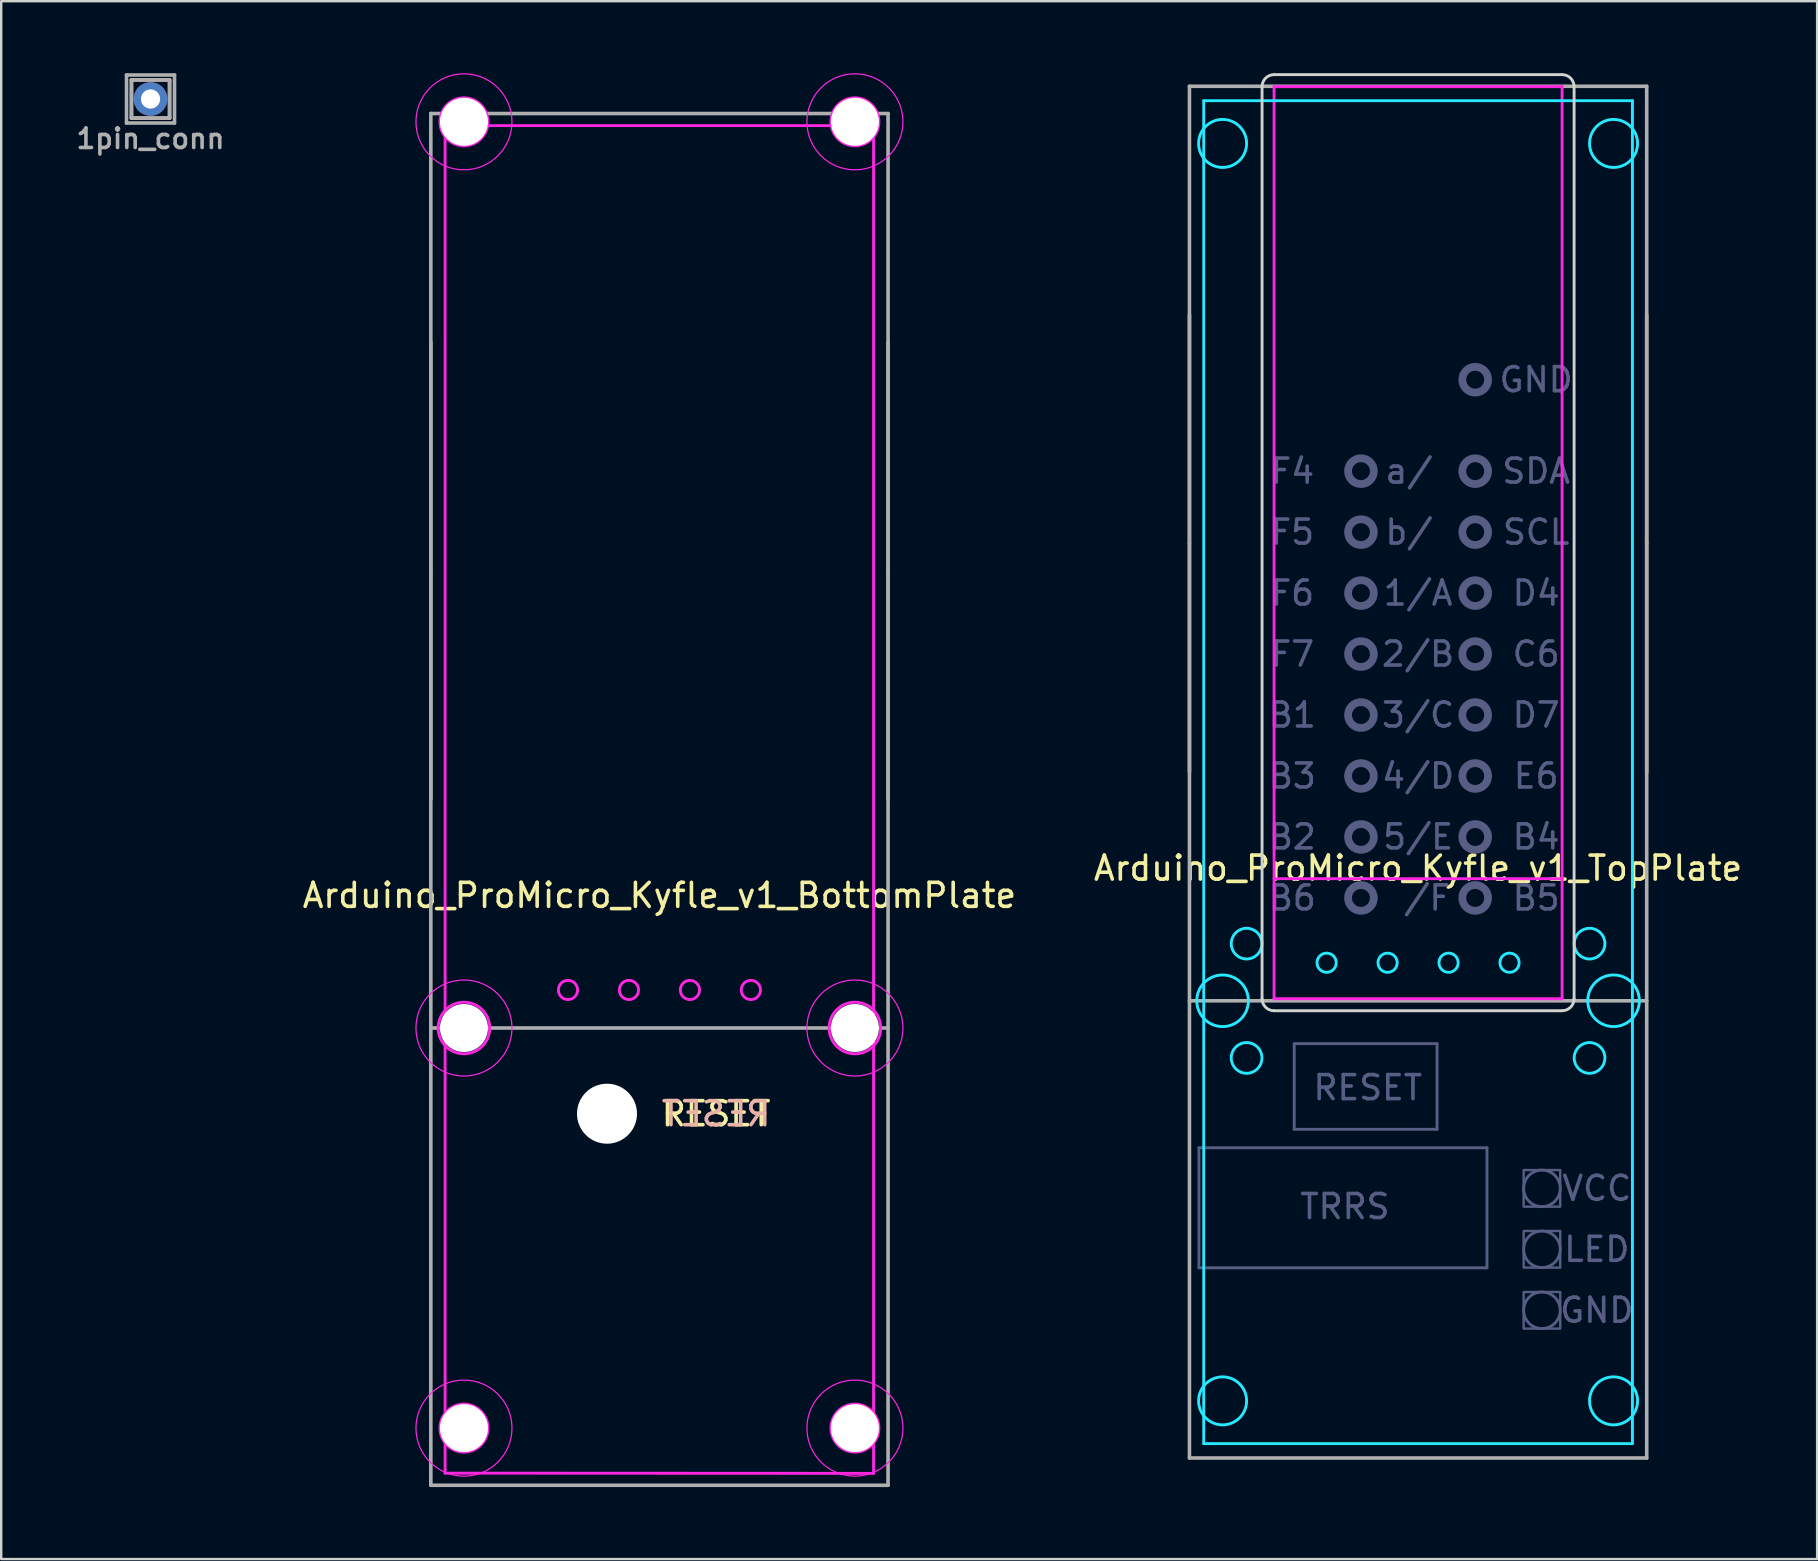
<source format=kicad_pcb>
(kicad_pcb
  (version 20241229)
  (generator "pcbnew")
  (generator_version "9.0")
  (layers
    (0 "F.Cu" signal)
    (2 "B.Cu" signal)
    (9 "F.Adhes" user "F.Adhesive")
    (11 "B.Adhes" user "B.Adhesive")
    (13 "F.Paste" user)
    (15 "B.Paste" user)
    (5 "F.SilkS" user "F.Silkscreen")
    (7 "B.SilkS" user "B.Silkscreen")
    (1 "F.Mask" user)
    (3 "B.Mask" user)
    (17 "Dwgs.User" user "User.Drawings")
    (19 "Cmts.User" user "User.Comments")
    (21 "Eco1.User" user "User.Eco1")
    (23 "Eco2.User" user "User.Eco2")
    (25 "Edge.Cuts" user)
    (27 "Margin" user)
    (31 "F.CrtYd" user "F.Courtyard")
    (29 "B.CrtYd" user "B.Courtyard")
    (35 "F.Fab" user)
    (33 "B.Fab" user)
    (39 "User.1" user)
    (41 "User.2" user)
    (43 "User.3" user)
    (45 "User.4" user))
  (footprint "Arduino_ProMicro_Kyfle_v1_BottomPlate"
    (layer "F.Cu")
    (at 24.424 30.255)
    (property "Reference" "Arduino_ProMicro_Kyfle_v1_BottomPlate" (at 0 4 0) (layer "F.SilkS") (effects (font (size 1 1) (thickness 0.15))))
    (attr through_hole)
    (fp_line (start -8.93 -28.07) (end 8.92 -28.07) (stroke (width 0.12) (type solid)) (layer "F.CrtYd"))
    (fp_line (start -8.93 28.07) (end -8.93 -28.07) (stroke (width 0.12) (type solid)) (layer "F.CrtYd"))
    (fp_line (start 8.92 -28.07) (end 8.92 28.08) (stroke (width 0.12) (type solid)) (layer "F.CrtYd"))
    (fp_line (start 8.92 28.08) (end -8.93 28.07) (stroke (width 0.12) (type solid)) (layer "F.CrtYd"))
    (fp_circle (center -8.144 -28.23) (end -7.144 -28.23) (stroke (width 0.12) (type solid)) (fill no) (layer "F.CrtYd"))
    (fp_circle (center -8.144 -28.23) (end -6.144 -28.23) (stroke (width 0.05) (type solid)) (fill no) (layer "F.CrtYd"))
    (fp_circle (center -8.144 9.525) (end -7.069 9.525) (stroke (width 0.12) (type solid)) (fill no) (layer "F.CrtYd"))
    (fp_circle (center -8.144 9.525) (end -6.144 9.525) (stroke (width 0.05) (type solid)) (fill no) (layer "F.CrtYd"))
    (fp_circle (center -8.144 26.194) (end -7.144 26.194) (stroke (width 0.12) (type solid)) (fill no) (layer "F.CrtYd"))
    (fp_circle (center -8.144 26.194) (end -6.144 26.194) (stroke (width 0.05) (type solid)) (fill no) (layer "F.CrtYd"))
    (fp_circle (center -3.81 7.94) (end -3.41 7.94) (stroke (width 0.12) (type solid)) (fill no) (layer "F.CrtYd"))
    (fp_circle (center -1.27 7.94) (end -0.87 7.94) (stroke (width 0.12) (type solid)) (fill no) (layer "F.CrtYd"))
    (fp_circle (center 1.27 7.94) (end 1.67 7.94) (stroke (width 0.12) (type solid)) (fill no) (layer "F.CrtYd"))
    (fp_circle (center 3.81 7.94) (end 4.21 7.94) (stroke (width 0.12) (type solid)) (fill no) (layer "F.CrtYd"))
    (fp_circle (center 8.144 -28.23) (end 9.144 -28.23) (stroke (width 0.12) (type solid)) (fill no) (layer "F.CrtYd"))
    (fp_circle (center 8.144 -28.23) (end 10.144 -28.23) (stroke (width 0.05) (type solid)) (fill no) (layer "F.CrtYd"))
    (fp_circle (center 8.144 9.525) (end 9.219 9.525) (stroke (width 0.12) (type solid)) (fill no) (layer "F.CrtYd"))
    (fp_circle (center 8.144 9.525) (end 10.144 9.525) (stroke (width 0.05) (type solid)) (fill no) (layer "F.CrtYd"))
    (fp_circle (center 8.144 26.194) (end 9.144 26.194) (stroke (width 0.12) (type solid)) (fill no) (layer "F.CrtYd"))
    (fp_circle (center 8.144 26.194) (end 10.144 26.194) (stroke (width 0.05) (type solid)) (fill no) (layer "F.CrtYd"))
    (fp_line (start -9.525 -28.575) (end -9.525 -9.525) (stroke (width 0.15) (type solid)) (layer "F.Fab"))
    (fp_line (start -9.525 -19.05) (end -9.525 0) (stroke (width 0.15) (type solid)) (layer "F.Fab"))
    (fp_line (start -9.525 -9.525) (end -9.525 28.575) (stroke (width 0.15) (type solid)) (layer "F.Fab"))
    (fp_line (start -9.525 9.525) (end 9.525 9.525) (stroke (width 0.15) (type solid)) (layer "F.Fab"))
    (fp_line (start -9.525 28.575) (end 9.525 28.575) (stroke (width 0.15) (type solid)) (layer "F.Fab"))
    (fp_line (start 9.525 -28.575) (end -9.525 -28.575) (stroke (width 0.15) (type solid)) (layer "F.Fab"))
    (fp_line (start 9.525 -9.525) (end 9.525 -28.575) (stroke (width 0.15) (type solid)) (layer "F.Fab"))
    (fp_line (start 9.525 0) (end 9.525 -19.05) (stroke (width 0.15) (type solid)) (layer "F.Fab"))
    (fp_line (start 9.525 28.575) (end 9.525 -9.525) (stroke (width 0.15) (type solid)) (layer "F.Fab"))
    (fp_text user "RESET" (at 0 13.097 0) (layer "F.SilkS") (effects (font (size 1 1) (thickness 0.15)) (justify left)))
    (fp_text user "RESET" (at 0 13.097 0) (layer "B.SilkS") (effects (font (size 1 1) (thickness 0.15)) (justify right mirror)))
    (pad "" np_thru_hole circle (at -8.144 -28.23) (size 2 2) (drill 2) (layers "*.Cu" "*.Mask"))
    (pad "" np_thru_hole circle (at -8.144 9.525) (size 2 2) (drill 2) (layers "*.Cu" "*.Mask"))
    (pad "" np_thru_hole circle (at -8.144 26.194) (size 2 2) (drill 2) (layers "*.Cu" "*.Mask"))
    (pad "" np_thru_hole circle (at -2.185 13.095) (size 2.5 2.5) (drill 2.5) (layers "*.Cu" "*.Mask"))
    (pad "" np_thru_hole circle (at 8.144 -28.23) (size 2 2) (drill 2) (layers "*.Cu" "*.Mask"))
    (pad "" np_thru_hole circle (at 8.144 9.525) (size 2 2) (drill 2) (layers "*.Cu" "*.Mask"))
    (pad "" np_thru_hole circle (at 8.144 26.194) (size 2 2) (drill 2) (layers "*.Cu" "*.Mask")))
  (footprint "1pin_conn"
    (layer "F.Cu")
    (at 3.221 1.075)
    (property "Reference" "1pin_conn" (at 0 1.651 0) (layer "F.Fab") (effects (font (size 0.813 0.813) (thickness 0.15))))
    (attr through_hole)
    (fp_line (start -0.794 -0.794) (end -0.794 0.794) (stroke (width 0.15) (type solid)) (layer "B.SilkS"))
    (fp_line (start -0.794 0.794) (end 0.794 0.794) (stroke (width 0.15) (type solid)) (layer "B.SilkS"))
    (fp_line (start 0.794 -0.794) (end -0.794 -0.794) (stroke (width 0.15) (type solid)) (layer "B.SilkS"))
    (fp_line (start 0.794 0.794) (end 0.794 -0.794) (stroke (width 0.15) (type solid)) (layer "B.SilkS"))
    (fp_line (start -1 -1) (end -1 1) (stroke (width 0.15) (type solid)) (layer "F.Fab"))
    (fp_line (start -1 1) (end 1 1) (stroke (width 0.15) (type solid)) (layer "F.Fab"))
    (fp_line (start -0.794 -0.794) (end 0.794 -0.794) (stroke (width 0.15) (type solid)) (layer "F.Fab"))
    (fp_line (start -0.794 0.794) (end -0.794 -0.794) (stroke (width 0.15) (type solid)) (layer "F.Fab"))
    (fp_line (start 0.794 -0.794) (end 0.794 0.794) (stroke (width 0.15) (type solid)) (layer "F.Fab"))
    (fp_line (start 0.794 0.794) (end -0.794 0.794) (stroke (width 0.15) (type solid)) (layer "F.Fab"))
    (fp_line (start 1 -1) (end -1 -1) (stroke (width 0.15) (type solid)) (layer "F.Fab"))
    (fp_line (start 1 1) (end 1 -1) (stroke (width 0.15) (type solid)) (layer "F.Fab"))
    (pad "1" thru_hole circle (at 0 0) (size 1.4 1.4) (drill 0.8) (layers "*.Cu" "*.Mask")))
  (footprint "Arduino_ProMicro_Kyfle_v1_TopPlate"
    (layer "F.Cu")
    (at 56.031 29.12)
    (property "Reference" "Arduino_ProMicro_Kyfle_v1_TopPlate" (at 0 4 0) (layer "F.SilkS") (effects (font (size 1 1) (thickness 0.15))))
    (attr through_hole)
    (fp_line (start -6.5 9.44) (end -6.5 -28.56) (stroke (width 0.12) (type solid)) (layer "Edge.Cuts"))
    (fp_line (start -6 -29.06) (end 6 -29.06) (stroke (width 0.12) (type solid)) (layer "Edge.Cuts"))
    (fp_line (start 6 9.94) (end -6 9.94) (stroke (width 0.12) (type solid)) (layer "Edge.Cuts"))
    (fp_line (start 6.5 -28.56) (end 6.5 9.44) (stroke (width 0.12) (type solid)) (layer "Edge.Cuts"))
    (fp_arc (start -6.5 -28.56) (mid -6.353553 -28.913553) (end -6 -29.06) (stroke (width 0.12) (type solid)) (layer "Edge.Cuts"))
    (fp_arc (start -6 9.94) (mid -6.353553 9.793553) (end -6.5 9.44) (stroke (width 0.12) (type solid)) (layer "Edge.Cuts"))
    (fp_arc (start 6 -29.06) (mid 6.353553 -28.913553) (end 6.5 -28.56) (stroke (width 0.12) (type solid)) (layer "Edge.Cuts"))
    (fp_arc (start 6.5 9.44) (mid 6.353553 9.793553) (end 6 9.94) (stroke (width 0.12) (type solid)) (layer "Edge.Cuts"))
    (fp_line (start -8.93 -27.975) (end 8.93 -27.975) (stroke (width 0.12) (type solid)) (layer "B.CrtYd"))
    (fp_line (start -8.93 27.975) (end -8.93 -27.975) (stroke (width 0.12) (type solid)) (layer "B.CrtYd"))
    (fp_line (start 8.93 -27.975) (end 8.93 27.975) (stroke (width 0.12) (type solid)) (layer "B.CrtYd"))
    (fp_line (start 8.93 27.975) (end -8.93 27.975) (stroke (width 0.12) (type solid)) (layer "B.CrtYd"))
    (fp_circle (center -8.144 -26.194) (end -7.144 -26.194) (stroke (width 0.12) (type solid)) (fill no) (layer "B.CrtYd"))
    (fp_circle (center -8.144 9.525) (end -7.069 9.525) (stroke (width 0.12) (type solid)) (fill no) (layer "B.CrtYd"))
    (fp_circle (center -8.144 26.194) (end -7.144 26.194) (stroke (width 0.12) (type solid)) (fill no) (layer "B.CrtYd"))
    (fp_circle (center -7.144 7.144) (end -6.504 7.144) (stroke (width 0.12) (type solid)) (fill no) (layer "B.CrtYd"))
    (fp_circle (center -7.144 11.906) (end -6.504 11.906) (stroke (width 0.12) (type solid)) (fill no) (layer "B.CrtYd"))
    (fp_circle (center -3.81 7.94) (end -3.41 7.94) (stroke (width 0.12) (type solid)) (fill no) (layer "B.CrtYd"))
    (fp_circle (center -1.27 7.94) (end -0.87 7.94) (stroke (width 0.12) (type solid)) (fill no) (layer "B.CrtYd"))
    (fp_circle (center 1.27 7.94) (end 1.67 7.94) (stroke (width 0.12) (type solid)) (fill no) (layer "B.CrtYd"))
    (fp_circle (center 3.81 7.94) (end 4.21 7.94) (stroke (width 0.12) (type solid)) (fill no) (layer "B.CrtYd"))
    (fp_circle (center 7.144 7.144) (end 7.784 7.144) (stroke (width 0.12) (type solid)) (fill no) (layer "B.CrtYd"))
    (fp_circle (center 7.144 11.906) (end 7.784 11.906) (stroke (width 0.12) (type solid)) (fill no) (layer "B.CrtYd"))
    (fp_circle (center 8.144 -26.194) (end 9.144 -26.194) (stroke (width 0.12) (type solid)) (fill no) (layer "B.CrtYd"))
    (fp_circle (center 8.144 9.525) (end 9.219 9.525) (stroke (width 0.12) (type solid)) (fill no) (layer "B.CrtYd"))
    (fp_circle (center 8.144 26.194) (end 9.144 26.194) (stroke (width 0.12) (type solid)) (fill no) (layer "B.CrtYd"))
    (fp_line (start -6 -28.56) (end -6 9.44) (stroke (width 0.12) (type solid)) (layer "F.CrtYd"))
    (fp_line (start -6 -28.56) (end 6 -28.56) (stroke (width 0.12) (type solid)) (layer "F.CrtYd"))
    (fp_line (start -6 4.44) (end 6 4.44) (stroke (width 0.12) (type solid)) (layer "F.CrtYd"))
    (fp_line (start -6 9.44) (end 6 9.44) (stroke (width 0.12) (type solid)) (layer "F.CrtYd"))
    (fp_line (start 6 9.44) (end 6 -28.56) (stroke (width 0.12) (type solid)) (layer "F.CrtYd"))
    (fp_line (start -9.13 15.65) (end 2.87 15.65) (stroke (width 0.12) (type solid)) (layer "B.Fab"))
    (fp_line (start -9.13 20.65) (end -9.13 15.65) (stroke (width 0.12) (type solid)) (layer "B.Fab"))
    (fp_line (start -5.16 11.31) (end 0.79 11.31) (stroke (width 0.12) (type solid)) (layer "B.Fab"))
    (fp_line (start -5.16 14.88) (end -5.16 11.31) (stroke (width 0.12) (type solid)) (layer "B.Fab"))
    (fp_line (start 0.79 11.31) (end 0.79 14.88) (stroke (width 0.12) (type solid)) (layer "B.Fab"))
    (fp_line (start 0.79 14.88) (end -5.16 14.88) (stroke (width 0.12) (type solid)) (layer "B.Fab"))
    (fp_line (start 2.87 15.65) (end 2.87 20.65) (stroke (width 0.12) (type solid)) (layer "B.Fab"))
    (fp_line (start 2.87 20.65) (end -9.13 20.65) (stroke (width 0.12) (type solid)) (layer "B.Fab"))
    (fp_circle (center -2.38 -12.54) (end -1.843 -12.54) (stroke (width 0.325) (type solid)) (fill no) (layer "B.Fab"))
    (fp_circle (center -2.38 -10) (end -1.843 -10) (stroke (width 0.325) (type solid)) (fill no) (layer "B.Fab"))
    (fp_circle (center -2.38 -7.46) (end -1.843 -7.46) (stroke (width 0.325) (type solid)) (fill no) (layer "B.Fab"))
    (fp_circle (center -2.38 -4.92) (end -1.843 -4.92) (stroke (width 0.325) (type solid)) (fill no) (layer "B.Fab"))
    (fp_circle (center -2.38 -2.38) (end -1.843 -2.38) (stroke (width 0.325) (type solid)) (fill no) (layer "B.Fab"))
    (fp_circle (center -2.38 0.16) (end -1.843 0.16) (stroke (width 0.325) (type solid)) (fill no) (layer "B.Fab"))
    (fp_circle (center -2.38 2.7) (end -1.843 2.7) (stroke (width 0.325) (type solid)) (fill no) (layer "B.Fab"))
    (fp_circle (center -2.38 5.24) (end -1.843 5.24) (stroke (width 0.325) (type solid)) (fill no) (layer "B.Fab"))
    (fp_circle (center 2.38 -16.35) (end 2.917 -16.35) (stroke (width 0.325) (type solid)) (fill no) (layer "B.Fab"))
    (fp_circle (center 2.38 -12.54) (end 2.917 -12.54) (stroke (width 0.325) (type solid)) (fill no) (layer "B.Fab"))
    (fp_circle (center 2.38 -10) (end 2.917 -10) (stroke (width 0.325) (type solid)) (fill no) (layer "B.Fab"))
    (fp_circle (center 2.38 -7.46) (end 2.917 -7.46) (stroke (width 0.325) (type solid)) (fill no) (layer "B.Fab"))
    (fp_circle (center 2.38 -4.92) (end 2.917 -4.92) (stroke (width 0.325) (type solid)) (fill no) (layer "B.Fab"))
    (fp_circle (center 2.38 -2.38) (end 2.917 -2.38) (stroke (width 0.325) (type solid)) (fill no) (layer "B.Fab"))
    (fp_circle (center 2.38 0.16) (end 2.917 0.16) (stroke (width 0.325) (type solid)) (fill no) (layer "B.Fab"))
    (fp_circle (center 2.38 2.7) (end 2.917 2.7) (stroke (width 0.325) (type solid)) (fill no) (layer "B.Fab"))
    (fp_circle (center 2.38 5.24) (end 2.917 5.24) (stroke (width 0.325) (type solid)) (fill no) (layer "B.Fab"))
    (fp_circle (center 5.16 17.34) (end 5.922 17.34) (stroke (width 0.12) (type solid)) (fill no) (layer "B.Fab"))
    (fp_circle (center 5.16 19.88) (end 5.922 19.88) (stroke (width 0.12) (type solid)) (fill no) (layer "B.Fab"))
    (fp_circle (center 5.16 22.42) (end 5.922 22.42) (stroke (width 0.12) (type solid)) (fill no) (layer "B.Fab"))
    (fp_poly (pts (xy 5.922 18.102) (xy 4.398 18.102) (xy 4.398 16.578) (xy 5.922 16.578)) (stroke (width 0.1) (type solid)) (fill no) (layer "B.Fab"))
    (fp_poly (pts (xy 5.922 20.642) (xy 4.398 20.642) (xy 4.398 19.118) (xy 5.922 19.118)) (stroke (width 0.1) (type solid)) (fill no) (layer "B.Fab"))
    (fp_poly (pts (xy 5.922 23.182) (xy 4.398 23.182) (xy 4.398 21.658) (xy 5.922 21.658)) (stroke (width 0.1) (type solid)) (fill no) (layer "B.Fab"))
    (fp_line (start -9.525 -28.575) (end -9.525 -9.525) (stroke (width 0.15) (type solid)) (layer "F.Fab"))
    (fp_line (start -9.525 -19.05) (end -9.525 0) (stroke (width 0.15) (type solid)) (layer "F.Fab"))
    (fp_line (start -9.525 -9.525) (end -9.525 28.575) (stroke (width 0.15) (type solid)) (layer "F.Fab"))
    (fp_line (start -9.525 9.525) (end 9.525 9.525) (stroke (width 0.15) (type solid)) (layer "F.Fab"))
    (fp_line (start -9.525 28.575) (end 9.525 28.575) (stroke (width 0.15) (type solid)) (layer "F.Fab"))
    (fp_line (start 9.525 -28.575) (end -9.525 -28.575) (stroke (width 0.15) (type solid)) (layer "F.Fab"))
    (fp_line (start 9.525 -9.525) (end 9.525 -28.575) (stroke (width 0.15) (type solid)) (layer "F.Fab"))
    (fp_line (start 9.525 0) (end 9.525 -19.05) (stroke (width 0.15) (type solid)) (layer "F.Fab"))
    (fp_line (start 9.525 28.575) (end 9.525 -9.525) (stroke (width 0.15) (type solid)) (layer "F.Fab"))
    (fp_text user "VCC" (at 7.446 17.34 0) (layer "B.Fab") (effects (font (size 1 1) (thickness 0.15))))
    (fp_text user "SCL" (at 4.92 -10 0) (layer "B.Fab") (effects (font (size 1 1) (thickness 0.15))))
    (fp_text user "F6" (at -5.24 -7.46 0) (layer "B.Fab") (effects (font (size 1 1) (thickness 0.15))))
    (fp_text user "F7" (at -5.24 -4.92 0) (layer "B.Fab") (effects (font (size 1 1) (thickness 0.15))))
    (fp_text user "F4" (at -5.24 -12.54 0) (layer "B.Fab") (effects (font (size 1 1) (thickness 0.15))))
    (fp_text user "E6" (at 4.92 0.16 0) (layer "B.Fab") (effects (font (size 1 1) (thickness 0.15))))
    (fp_text user "3/C" (at 0 -2.38 0) (layer "B.Fab") (effects (font (size 1 1) (thickness 0.15))))
    (fp_text user "SDA" (at 4.92 -12.54 0) (layer "B.Fab") (effects (font (size 1 1) (thickness 0.15))))
    (fp_text user "D4" (at 4.92 -7.46 0) (layer "B.Fab") (effects (font (size 1 1) (thickness 0.15))))
    (fp_text user "5/E" (at 0 2.7 0) (layer "B.Fab") (effects (font (size 1 1) (thickness 0.15))))
    (fp_text user "B3" (at -5.24 0.16 0) (layer "B.Fab") (effects (font (size 1 1) (thickness 0.15))))
    (fp_text user "a/ " (at 0 -12.54 0) (layer "B.Fab") (effects (font (size 1 1) (thickness 0.15))))
    (fp_text user "RESET" (at -2.095 13.145 0) (layer "B.Fab") (effects (font (size 1 1) (thickness 0.15))))
    (fp_text user "b/ " (at 0 -10 0) (layer "B.Fab") (effects (font (size 1 1) (thickness 0.15))))
    (fp_text user "B2" (at -5.24 2.7 0) (layer "B.Fab") (effects (font (size 1 1) (thickness 0.15))))
    (fp_text user "B1" (at -5.24 -2.38 0) (layer "B.Fab") (effects (font (size 1 1) (thickness 0.15))))
    (fp_text user "GND" (at 7.446 22.42 0) (layer "B.Fab") (effects (font (size 1 1) (thickness 0.15))))
    (fp_text user "B6" (at -5.24 5.24 0) (layer "B.Fab") (effects (font (size 1 1) (thickness 0.15))))
    (fp_text user "1/A" (at 0 -7.46 0) (layer "B.Fab") (effects (font (size 1 1) (thickness 0.15))))
    (fp_text user "F5" (at -5.24 -10 0) (layer "B.Fab") (effects (font (size 1 1) (thickness 0.15))))
    (fp_text user "D7" (at 4.92 -2.38 0) (layer "B.Fab") (effects (font (size 1 1) (thickness 0.15))))
    (fp_text user " /F" (at 0 5.24 0) (layer "B.Fab") (effects (font (size 1 1) (thickness 0.15))))
    (fp_text user "4/D" (at 0 0.16 0) (layer "B.Fab") (effects (font (size 1 1) (thickness 0.15))))
    (fp_text user "GND" (at 4.92 -16.35 0) (layer "B.Fab") (effects (font (size 1 1) (thickness 0.15))))
    (fp_text user "B5" (at 4.92 5.24 0) (layer "B.Fab") (effects (font (size 1 1) (thickness 0.15))))
    (fp_text user "TRRS" (at -3.048 18.098 0) (layer "B.Fab") (effects (font (size 1 1) (thickness 0.15))))
    (fp_text user "C6" (at 4.92 -4.92 0) (layer "B.Fab") (effects (font (size 1 1) (thickness 0.15))))
    (fp_text user "2/B" (at 0 -4.92 0) (layer "B.Fab") (effects (font (size 1 1) (thickness 0.15))))
    (fp_text user "B4" (at 4.92 2.7 0) (layer "B.Fab") (effects (font (size 1 1) (thickness 0.15))))
    (fp_text user "LED" (at 7.446 19.88 0) (layer "B.Fab") (effects (font (size 1 1) (thickness 0.15)))))
  (gr_rect
    (start -3 -3)
    (end 72.656 61.905)
    (stroke (width 0.1) (type default))
    (fill no)
    (layer "Edge.Cuts")))
</source>
